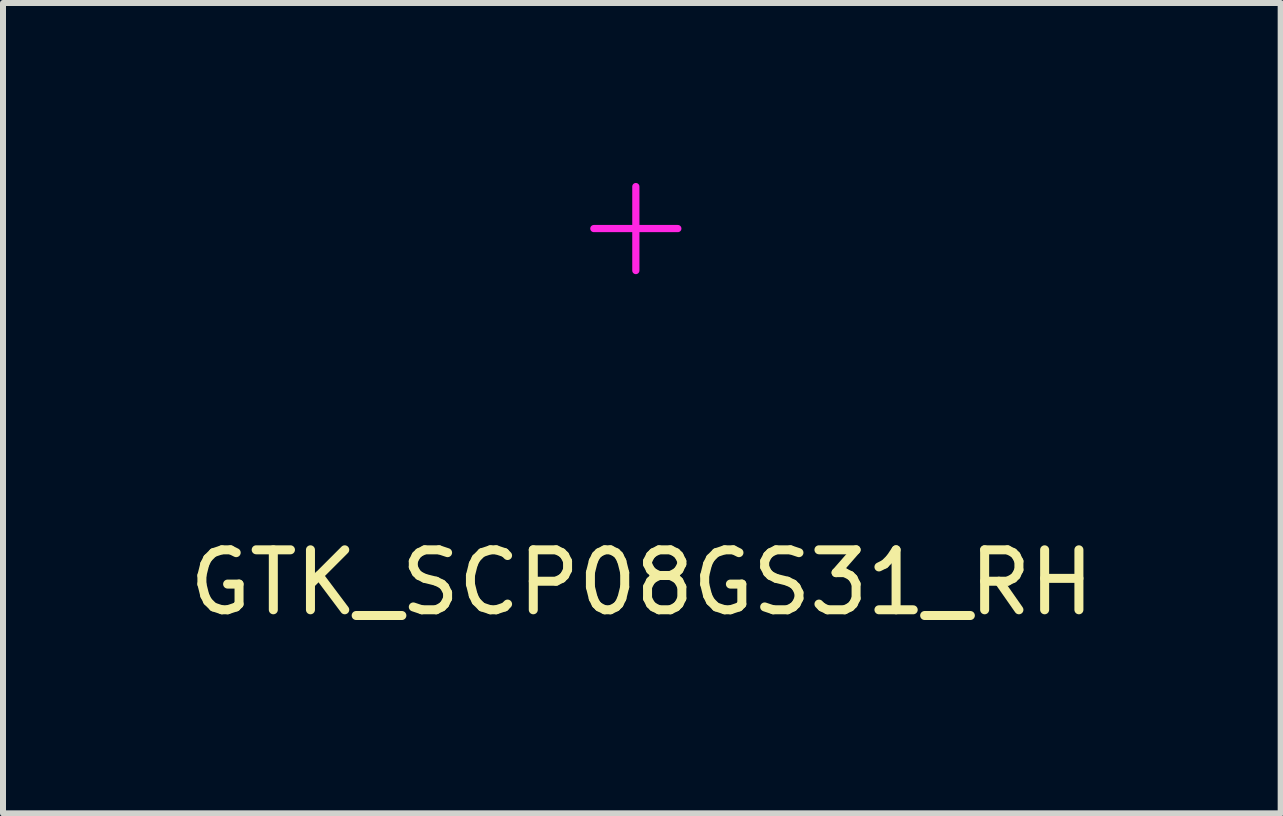
<source format=kicad_pcb>
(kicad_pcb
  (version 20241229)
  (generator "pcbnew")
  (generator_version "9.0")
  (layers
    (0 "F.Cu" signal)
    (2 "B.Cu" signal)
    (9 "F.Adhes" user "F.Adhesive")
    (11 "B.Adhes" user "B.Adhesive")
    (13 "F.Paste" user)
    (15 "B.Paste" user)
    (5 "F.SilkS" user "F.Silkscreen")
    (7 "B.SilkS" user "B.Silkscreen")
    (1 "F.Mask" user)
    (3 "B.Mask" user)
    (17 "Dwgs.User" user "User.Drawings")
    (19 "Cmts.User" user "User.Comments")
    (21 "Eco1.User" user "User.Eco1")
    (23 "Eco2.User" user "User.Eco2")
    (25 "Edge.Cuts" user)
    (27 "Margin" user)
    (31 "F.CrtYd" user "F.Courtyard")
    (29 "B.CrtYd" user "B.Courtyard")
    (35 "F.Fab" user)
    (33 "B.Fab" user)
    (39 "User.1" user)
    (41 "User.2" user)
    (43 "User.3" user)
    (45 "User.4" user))
  (footprint "GTK_SCP08GS31_RH"
    (layer "F.Cu")
    (at 7.549 0.76)
    (property "Reference" "GTK_SCP08GS31_RH" (at 0.1 5.9 0) (layer "F.SilkS") (effects (font (size 1 1) (thickness 0.15))))
    (attr through_hole)
    (fp_line (start 0 0.7) (end 0 -0.7) (stroke (width 0.12) (type solid)) (layer "F.CrtYd"))
    (fp_line (start 0.7 0) (end -0.7 0) (stroke (width 0.12) (type solid)) (layer "F.CrtYd")))
  (gr_rect
    (start -3 -3)
    (end 18.298 10.508)
    (stroke (width 0.1) (type default))
    (fill no)
    (layer "Edge.Cuts")))
</source>
